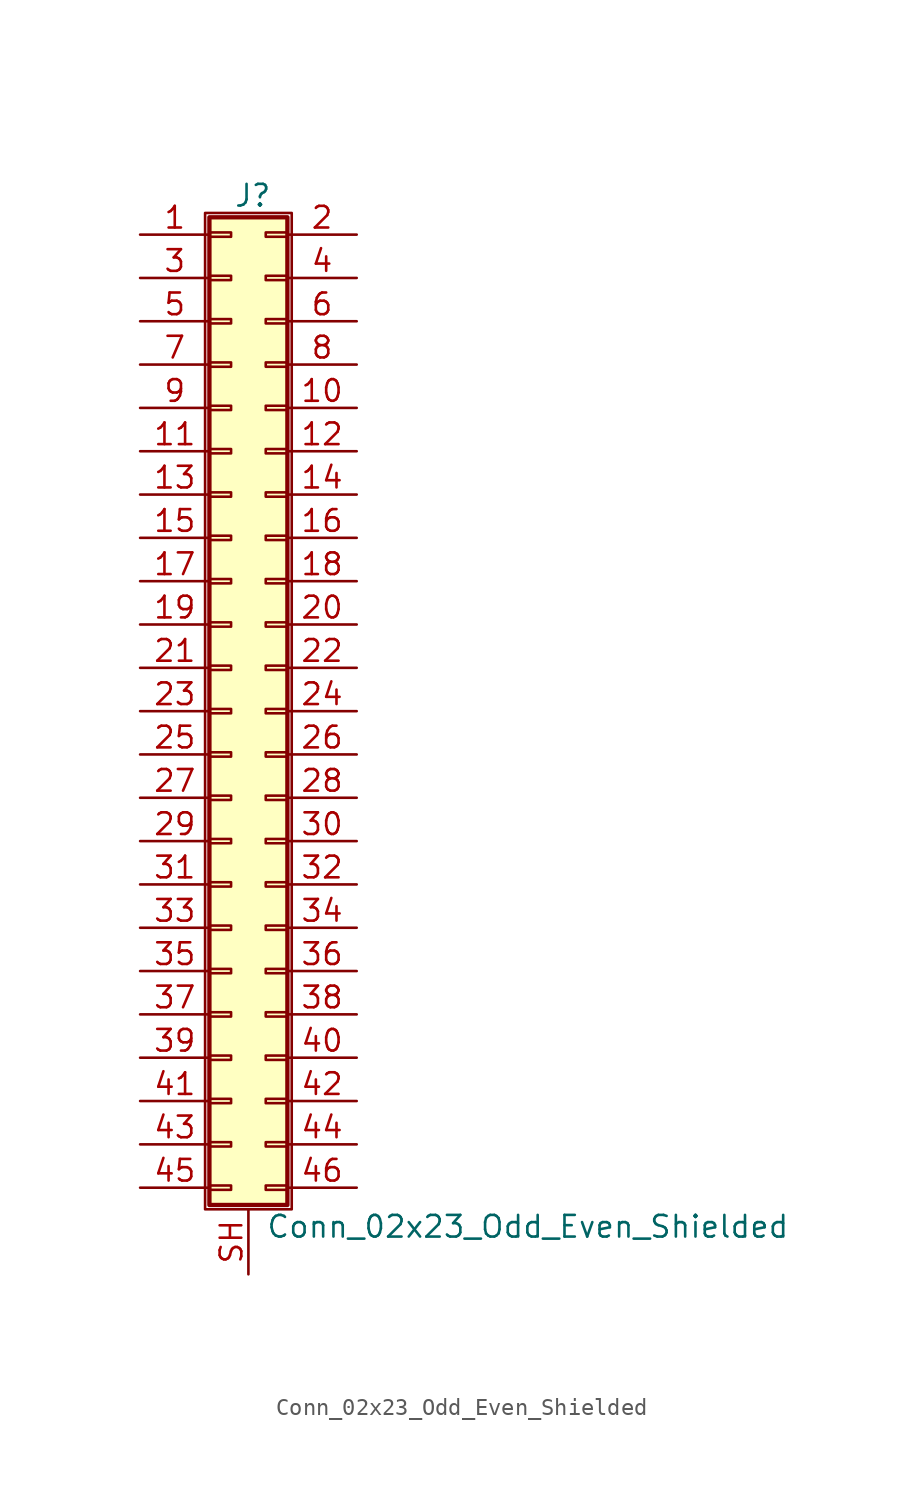
<source format=kicad_sym>
(kicad_symbol_lib
  (version 20220914)
  (generator kicad_symbol_editor)
  (symbol "Conn_02x23_Odd_Even_Shielded"
    (pin_names
      (offset 1.016) hide)
    (property "Reference" "J"
      (at 1.524 30.226 0)
      (effects (font (size 1.27 1.27))))
    (property "Value" "Conn_02x23_Odd_Even_Shielded"
      (at 2.286 -30.226 0)
      (effects (font (size 1.27 1.27)) (justify left)))
    (symbol "Conn_02x23_Odd_Even_Shielded_1_1"
      (rectangle (start -1.27 29.21) (end 3.81 -29.21) (stroke (width 0.152) (type default)) (fill (type none)))
      (rectangle (start -1.016 -27.813) (end 0.254 -28.067) (stroke (width 0.152) (type default)) (fill (type none)))
      (rectangle (start -1.016 -25.273) (end 0.254 -25.527) (stroke (width 0.152) (type default)) (fill (type none)))
      (rectangle (start -1.016 -22.733) (end 0.254 -22.987) (stroke (width 0.152) (type default)) (fill (type none)))
      (rectangle (start -1.016 -20.193) (end 0.254 -20.447) (stroke (width 0.152) (type default)) (fill (type none)))
      (rectangle (start -1.016 -17.653) (end 0.254 -17.907) (stroke (width 0.152) (type default)) (fill (type none)))
      (rectangle (start -1.016 -15.113) (end 0.254 -15.367) (stroke (width 0.152) (type default)) (fill (type none)))
      (rectangle (start -1.016 -12.573) (end 0.254 -12.827) (stroke (width 0.152) (type default)) (fill (type none)))
      (rectangle (start -1.016 -10.033) (end 0.254 -10.287) (stroke (width 0.152) (type default)) (fill (type none)))
      (rectangle (start -1.016 -7.493) (end 0.254 -7.747) (stroke (width 0.152) (type default)) (fill (type none)))
      (rectangle (start -1.016 -4.953) (end 0.254 -5.207) (stroke (width 0.152) (type default)) (fill (type none)))
      (rectangle (start -1.016 -2.413) (end 0.254 -2.667) (stroke (width 0.152) (type default)) (fill (type none)))
      (rectangle (start -1.016 0.127) (end 0.254 -0.127) (stroke (width 0.152) (type default)) (fill (type none)))
      (rectangle (start -1.016 2.667) (end 0.254 2.413) (stroke (width 0.152) (type default)) (fill (type none)))
      (rectangle (start -1.016 5.207) (end 0.254 4.953) (stroke (width 0.152) (type default)) (fill (type none)))
      (rectangle (start -1.016 7.747) (end 0.254 7.493) (stroke (width 0.152) (type default)) (fill (type none)))
      (rectangle (start -1.016 10.287) (end 0.254 10.033) (stroke (width 0.152) (type default)) (fill (type none)))
      (rectangle (start -1.016 12.827) (end 0.254 12.573) (stroke (width 0.152) (type default)) (fill (type none)))
      (rectangle (start -1.016 15.367) (end 0.254 15.113) (stroke (width 0.152) (type default)) (fill (type none)))
      (rectangle (start -1.016 17.907) (end 0.254 17.653) (stroke (width 0.152) (type default)) (fill (type none)))
      (rectangle (start -1.016 20.447) (end 0.254 20.193) (stroke (width 0.152) (type default)) (fill (type none)))
      (rectangle (start -1.016 22.987) (end 0.254 22.733) (stroke (width 0.152) (type default)) (fill (type none)))
      (rectangle (start -1.016 25.527) (end 0.254 25.273) (stroke (width 0.152) (type default)) (fill (type none)))
      (rectangle (start -1.016 28.067) (end 0.254 27.813) (stroke (width 0.152) (type default)) (fill (type none)))
      (rectangle (start -1.016 28.956) (end 3.556 -28.956) (stroke (width 0.254) (type default)) (fill (type background)))
      (rectangle (start 3.556 -27.813) (end 2.286 -28.067) (stroke (width 0.152) (type default)) (fill (type none)))
      (rectangle (start 3.556 -25.273) (end 2.286 -25.527) (stroke (width 0.152) (type default)) (fill (type none)))
      (rectangle (start 3.556 -22.733) (end 2.286 -22.987) (stroke (width 0.152) (type default)) (fill (type none)))
      (rectangle (start 3.556 -20.193) (end 2.286 -20.447) (stroke (width 0.152) (type default)) (fill (type none)))
      (rectangle (start 3.556 -17.653) (end 2.286 -17.907) (stroke (width 0.152) (type default)) (fill (type none)))
      (rectangle (start 3.556 -15.113) (end 2.286 -15.367) (stroke (width 0.152) (type default)) (fill (type none)))
      (rectangle (start 3.556 -12.573) (end 2.286 -12.827) (stroke (width 0.152) (type default)) (fill (type none)))
      (rectangle (start 3.556 -10.033) (end 2.286 -10.287) (stroke (width 0.152) (type default)) (fill (type none)))
      (rectangle (start 3.556 -7.493) (end 2.286 -7.747) (stroke (width 0.152) (type default)) (fill (type none)))
      (rectangle (start 3.556 -4.953) (end 2.286 -5.207) (stroke (width 0.152) (type default)) (fill (type none)))
      (rectangle (start 3.556 -2.413) (end 2.286 -2.667) (stroke (width 0.152) (type default)) (fill (type none)))
      (rectangle (start 3.556 0.127) (end 2.286 -0.127) (stroke (width 0.152) (type default)) (fill (type none)))
      (rectangle (start 3.556 2.667) (end 2.286 2.413) (stroke (width 0.152) (type default)) (fill (type none)))
      (rectangle (start 3.556 5.207) (end 2.286 4.953) (stroke (width 0.152) (type default)) (fill (type none)))
      (rectangle (start 3.556 7.747) (end 2.286 7.493) (stroke (width 0.152) (type default)) (fill (type none)))
      (rectangle (start 3.556 10.287) (end 2.286 10.033) (stroke (width 0.152) (type default)) (fill (type none)))
      (rectangle (start 3.556 12.827) (end 2.286 12.573) (stroke (width 0.152) (type default)) (fill (type none)))
      (rectangle (start 3.556 15.367) (end 2.286 15.113) (stroke (width 0.152) (type default)) (fill (type none)))
      (rectangle (start 3.556 17.907) (end 2.286 17.653) (stroke (width 0.152) (type default)) (fill (type none)))
      (rectangle (start 3.556 20.447) (end 2.286 20.193) (stroke (width 0.152) (type default)) (fill (type none)))
      (rectangle (start 3.556 22.987) (end 2.286 22.733) (stroke (width 0.152) (type default)) (fill (type none)))
      (rectangle (start 3.556 25.527) (end 2.286 25.273) (stroke (width 0.152) (type default)) (fill (type none)))
      (rectangle (start 3.556 28.067) (end 2.286 27.813) (stroke (width 0.152) (type default)) (fill (type none)))
      (pin passive line (at -5.08 27.94 0) (length 4.064) (name "Pin_1" (effects (font (size 1.27 1.27)))) (number "1" (effects (font (size 1.27 1.27)))))
      (pin passive line (at 7.62 17.78 180) (length 4.064) (name "Pin_10" (effects (font (size 1.27 1.27)))) (number "10" (effects (font (size 1.27 1.27)))))
      (pin passive line (at -5.08 15.24 0) (length 4.064) (name "Pin_11" (effects (font (size 1.27 1.27)))) (number "11" (effects (font (size 1.27 1.27)))))
      (pin passive line (at 7.62 15.24 180) (length 4.064) (name "Pin_12" (effects (font (size 1.27 1.27)))) (number "12" (effects (font (size 1.27 1.27)))))
      (pin passive line (at -5.08 12.7 0) (length 4.064) (name "Pin_13" (effects (font (size 1.27 1.27)))) (number "13" (effects (font (size 1.27 1.27)))))
      (pin passive line (at 7.62 12.7 180) (length 4.064) (name "Pin_14" (effects (font (size 1.27 1.27)))) (number "14" (effects (font (size 1.27 1.27)))))
      (pin passive line (at -5.08 10.16 0) (length 4.064) (name "Pin_15" (effects (font (size 1.27 1.27)))) (number "15" (effects (font (size 1.27 1.27)))))
      (pin passive line (at 7.62 10.16 180) (length 4.064) (name "Pin_16" (effects (font (size 1.27 1.27)))) (number "16" (effects (font (size 1.27 1.27)))))
      (pin passive line (at -5.08 7.62 0) (length 4.064) (name "Pin_17" (effects (font (size 1.27 1.27)))) (number "17" (effects (font (size 1.27 1.27)))))
      (pin passive line (at 7.62 7.62 180) (length 4.064) (name "Pin_18" (effects (font (size 1.27 1.27)))) (number "18" (effects (font (size 1.27 1.27)))))
      (pin passive line (at -5.08 5.08 0) (length 4.064) (name "Pin_19" (effects (font (size 1.27 1.27)))) (number "19" (effects (font (size 1.27 1.27)))))
      (pin passive line (at 7.62 27.94 180) (length 4.064) (name "Pin_2" (effects (font (size 1.27 1.27)))) (number "2" (effects (font (size 1.27 1.27)))))
      (pin passive line (at 7.62 5.08 180) (length 4.064) (name "Pin_20" (effects (font (size 1.27 1.27)))) (number "20" (effects (font (size 1.27 1.27)))))
      (pin passive line (at -5.08 2.54 0) (length 4.064) (name "Pin_21" (effects (font (size 1.27 1.27)))) (number "21" (effects (font (size 1.27 1.27)))))
      (pin passive line (at 7.62 2.54 180) (length 4.064) (name "Pin_22" (effects (font (size 1.27 1.27)))) (number "22" (effects (font (size 1.27 1.27)))))
      (pin passive line (at -5.08 0 0) (length 4.064) (name "Pin_23" (effects (font (size 1.27 1.27)))) (number "23" (effects (font (size 1.27 1.27)))))
      (pin passive line (at 7.62 0 180) (length 4.064) (name "Pin_24" (effects (font (size 1.27 1.27)))) (number "24" (effects (font (size 1.27 1.27)))))
      (pin passive line (at -5.08 -2.54 0) (length 4.064) (name "Pin_25" (effects (font (size 1.27 1.27)))) (number "25" (effects (font (size 1.27 1.27)))))
      (pin passive line (at 7.62 -2.54 180) (length 4.064) (name "Pin_26" (effects (font (size 1.27 1.27)))) (number "26" (effects (font (size 1.27 1.27)))))
      (pin passive line (at -5.08 -5.08 0) (length 4.064) (name "Pin_27" (effects (font (size 1.27 1.27)))) (number "27" (effects (font (size 1.27 1.27)))))
      (pin passive line (at 7.62 -5.08 180) (length 4.064) (name "Pin_28" (effects (font (size 1.27 1.27)))) (number "28" (effects (font (size 1.27 1.27)))))
      (pin passive line (at -5.08 -7.62 0) (length 4.064) (name "Pin_29" (effects (font (size 1.27 1.27)))) (number "29" (effects (font (size 1.27 1.27)))))
      (pin passive line (at -5.08 25.4 0) (length 4.064) (name "Pin_3" (effects (font (size 1.27 1.27)))) (number "3" (effects (font (size 1.27 1.27)))))
      (pin passive line (at 7.62 -7.62 180) (length 4.064) (name "Pin_30" (effects (font (size 1.27 1.27)))) (number "30" (effects (font (size 1.27 1.27)))))
      (pin passive line (at -5.08 -10.16 0) (length 4.064) (name "Pin_31" (effects (font (size 1.27 1.27)))) (number "31" (effects (font (size 1.27 1.27)))))
      (pin passive line (at 7.62 -10.16 180) (length 4.064) (name "Pin_32" (effects (font (size 1.27 1.27)))) (number "32" (effects (font (size 1.27 1.27)))))
      (pin passive line (at -5.08 -12.7 0) (length 4.064) (name "Pin_33" (effects (font (size 1.27 1.27)))) (number "33" (effects (font (size 1.27 1.27)))))
      (pin passive line (at 7.62 -12.7 180) (length 4.064) (name "Pin_34" (effects (font (size 1.27 1.27)))) (number "34" (effects (font (size 1.27 1.27)))))
      (pin passive line (at -5.08 -15.24 0) (length 4.064) (name "Pin_35" (effects (font (size 1.27 1.27)))) (number "35" (effects (font (size 1.27 1.27)))))
      (pin passive line (at 7.62 -15.24 180) (length 4.064) (name "Pin_36" (effects (font (size 1.27 1.27)))) (number "36" (effects (font (size 1.27 1.27)))))
      (pin passive line (at -5.08 -17.78 0) (length 4.064) (name "Pin_37" (effects (font (size 1.27 1.27)))) (number "37" (effects (font (size 1.27 1.27)))))
      (pin passive line (at 7.62 -17.78 180) (length 4.064) (name "Pin_38" (effects (font (size 1.27 1.27)))) (number "38" (effects (font (size 1.27 1.27)))))
      (pin passive line (at -5.08 -20.32 0) (length 4.064) (name "Pin_39" (effects (font (size 1.27 1.27)))) (number "39" (effects (font (size 1.27 1.27)))))
      (pin passive line (at 7.62 25.4 180) (length 4.064) (name "Pin_4" (effects (font (size 1.27 1.27)))) (number "4" (effects (font (size 1.27 1.27)))))
      (pin passive line (at 7.62 -20.32 180) (length 4.064) (name "Pin_40" (effects (font (size 1.27 1.27)))) (number "40" (effects (font (size 1.27 1.27)))))
      (pin passive line (at -5.08 -22.86 0) (length 4.064) (name "Pin_41" (effects (font (size 1.27 1.27)))) (number "41" (effects (font (size 1.27 1.27)))))
      (pin passive line (at 7.62 -22.86 180) (length 4.064) (name "Pin_42" (effects (font (size 1.27 1.27)))) (number "42" (effects (font (size 1.27 1.27)))))
      (pin passive line (at -5.08 -25.4 0) (length 4.064) (name "Pin_43" (effects (font (size 1.27 1.27)))) (number "43" (effects (font (size 1.27 1.27)))))
      (pin passive line (at 7.62 -25.4 180) (length 4.064) (name "Pin_44" (effects (font (size 1.27 1.27)))) (number "44" (effects (font (size 1.27 1.27)))))
      (pin passive line (at -5.08 -27.94 0) (length 4.064) (name "Pin_45" (effects (font (size 1.27 1.27)))) (number "45" (effects (font (size 1.27 1.27)))))
      (pin passive line (at 7.62 -27.94 180) (length 4.064) (name "Pin_46" (effects (font (size 1.27 1.27)))) (number "46" (effects (font (size 1.27 1.27)))))
      (pin passive line (at -5.08 22.86 0) (length 4.064) (name "Pin_5" (effects (font (size 1.27 1.27)))) (number "5" (effects (font (size 1.27 1.27)))))
      (pin passive line (at 7.62 22.86 180) (length 4.064) (name "Pin_6" (effects (font (size 1.27 1.27)))) (number "6" (effects (font (size 1.27 1.27)))))
      (pin passive line (at -5.08 20.32 0) (length 4.064) (name "Pin_7" (effects (font (size 1.27 1.27)))) (number "7" (effects (font (size 1.27 1.27)))))
      (pin passive line (at 7.62 20.32 180) (length 4.064) (name "Pin_8" (effects (font (size 1.27 1.27)))) (number "8" (effects (font (size 1.27 1.27)))))
      (pin passive line (at -5.08 17.78 0) (length 4.064) (name "Pin_9" (effects (font (size 1.27 1.27)))) (number "9" (effects (font (size 1.27 1.27)))))
      (pin passive line (at 1.27 -33.02 90) (length 3.81) (name "Shield" (effects (font (size 1.27 1.27)))) (number "SH" (effects (font (size 1.27 1.27))))))))
</source>
